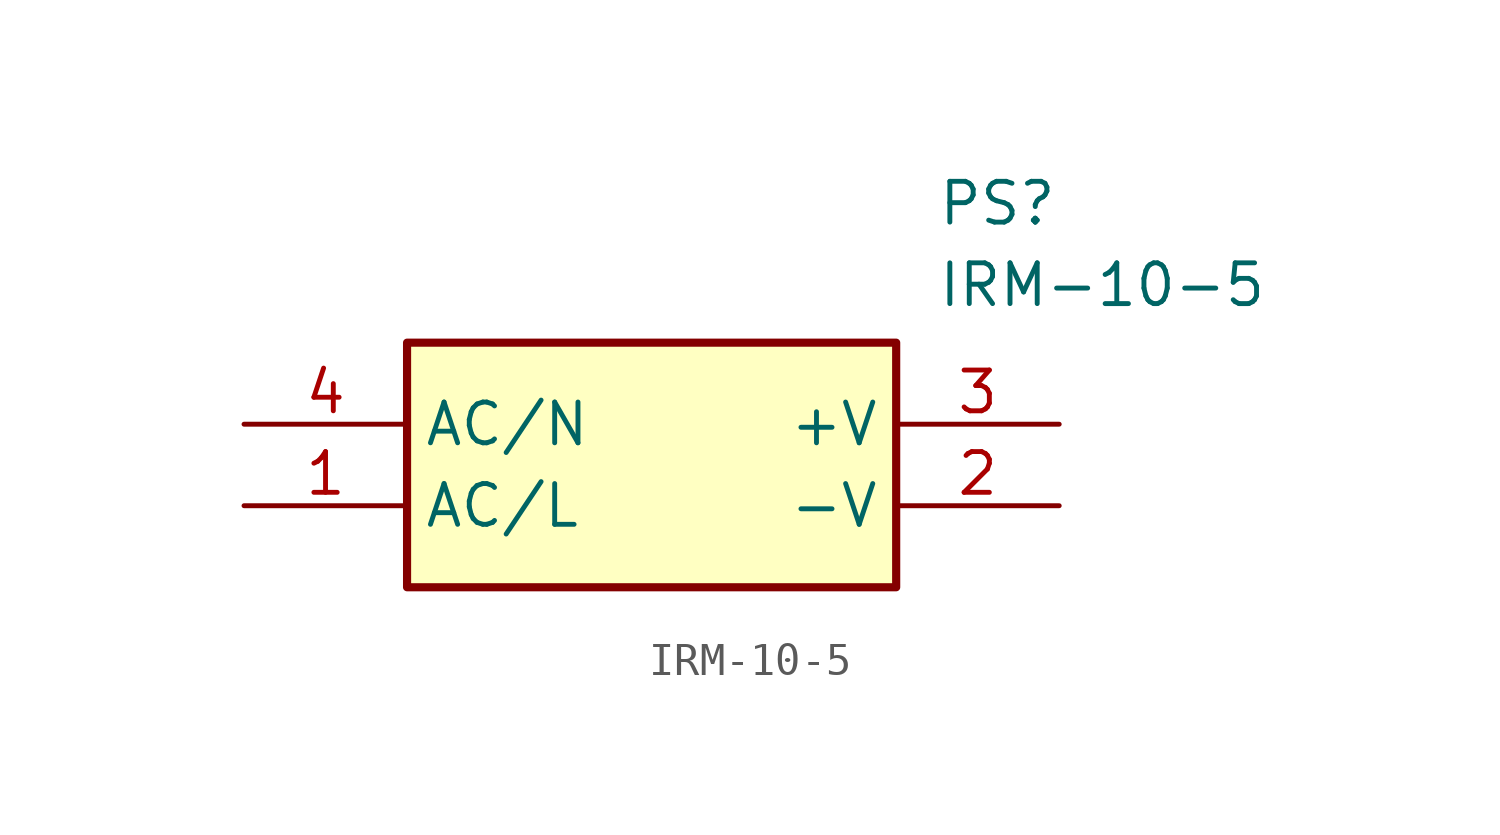
<source format=kicad_sym>
(kicad_symbol_lib
  (version 20211014)
  (generator SamacSys_ECAD_Model)
  (symbol "IRM-10-5"
    (property "Reference" "PS"
      (at 21.59 7.62 0)
      (effects (font (size 1.27 1.27)) (justify left top)))
    (property "Value" "IRM-10-5"
      (at 21.59 5.08 0)
      (effects (font (size 1.27 1.27)) (justify left top)))
    (rectangle
      (start 5.08 2.54)
      (end 20.32 -5.08)
      (stroke (width 0.254) (type default))
      (fill (type background)))
    (pin passive line
      (at 0 -2.54 0)
      (length 5.08)
      (name "AC/L" (effects (font (size 1.27 1.27))))
      (number "1" (effects (font (size 1.27 1.27)))))
    (pin passive line
      (at 25.4 -2.54 180)
      (length 5.08)
      (name "-V" (effects (font (size 1.27 1.27))))
      (number "2" (effects (font (size 1.27 1.27)))))
    (pin passive line
      (at 25.4 0 180)
      (length 5.08)
      (name "+V" (effects (font (size 1.27 1.27))))
      (number "3" (effects (font (size 1.27 1.27)))))
    (pin passive line
      (at 0 0 0)
      (length 5.08)
      (name "AC/N" (effects (font (size 1.27 1.27))))
      (number "4" (effects (font (size 1.27 1.27)))))))
</source>
